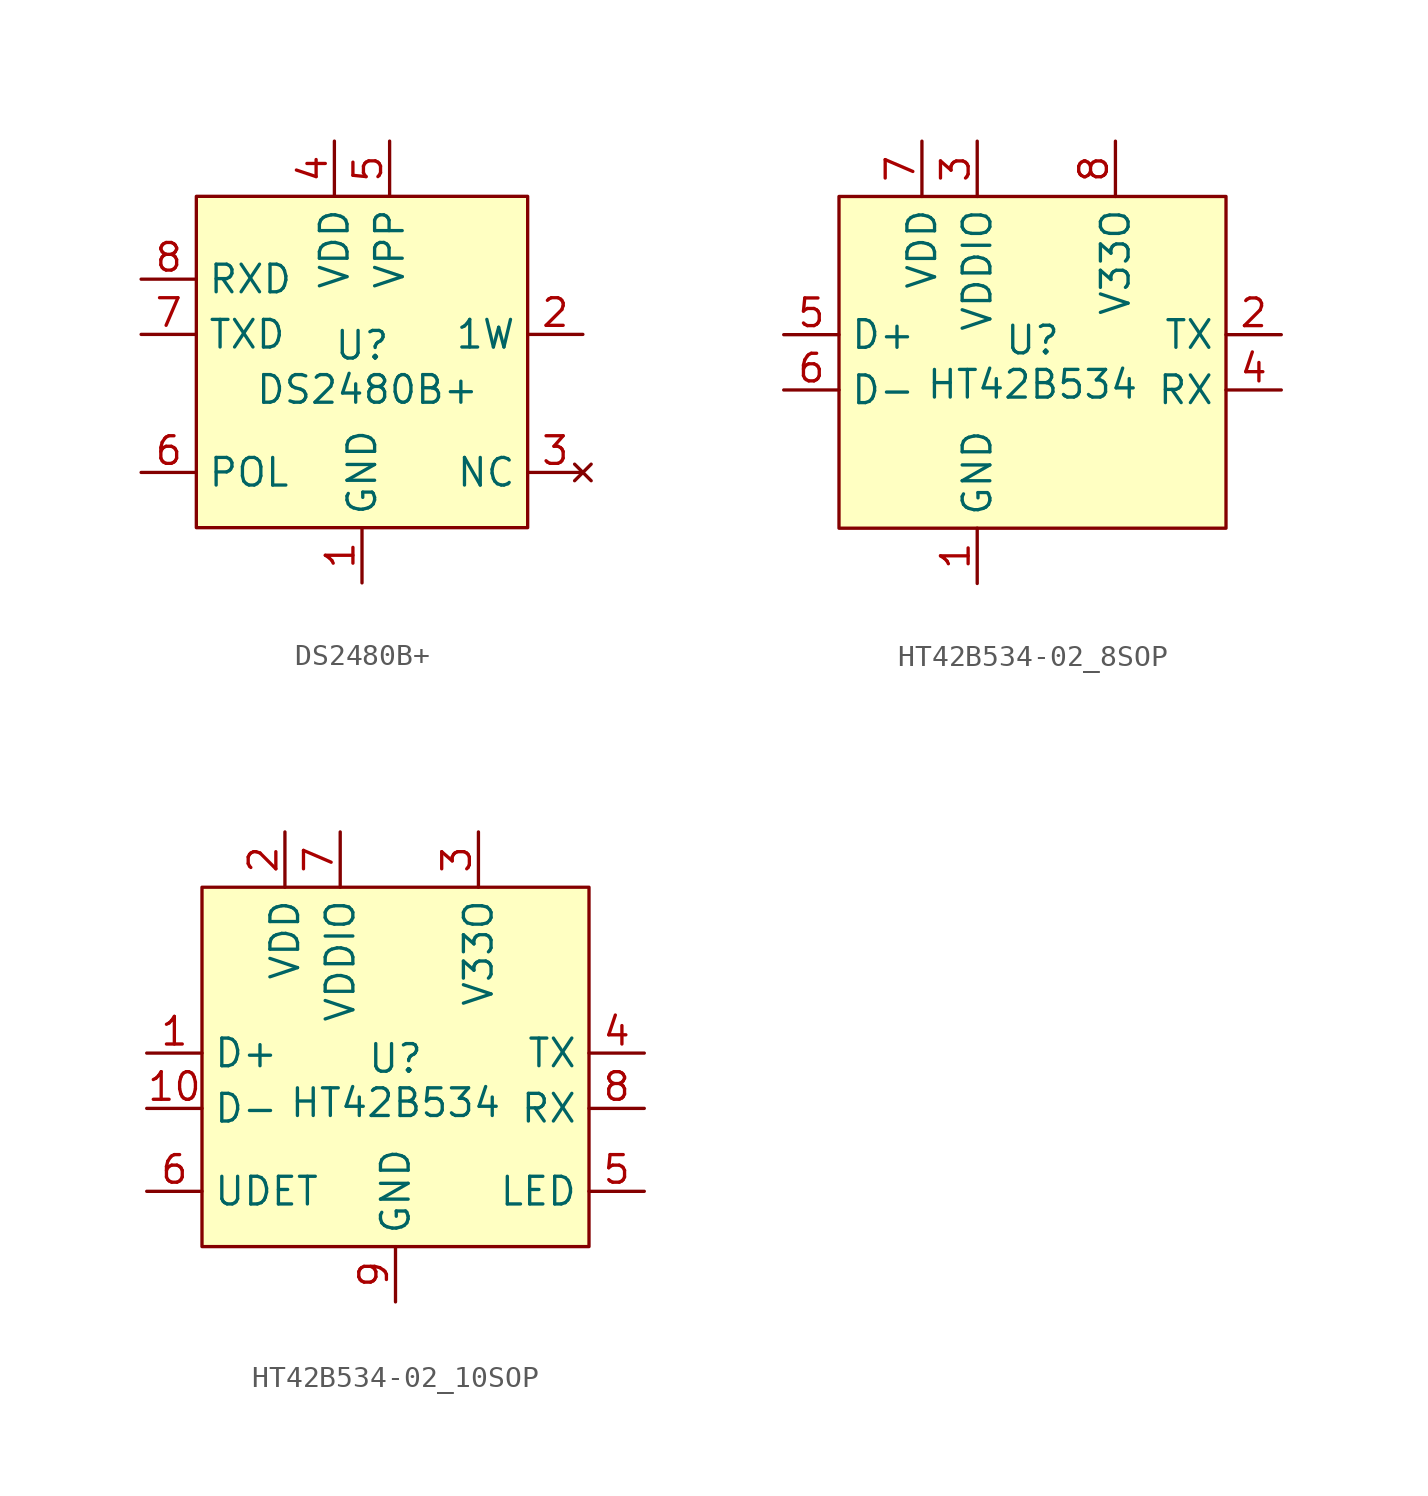
<source format=kicad_sym>
(kicad_symbol_lib
  (version 20231120)
  (generator "kicad_symbol_editor")
  (generator_version "8.0")
  (symbol "DS2480B+"
    (property "Reference" "U"
      (at 0 0.762 0)
      (effects (font (size 1.27 1.27))))
    (property "Value" "DS2480B+"
      (at 0.254 -1.27 0)
      (effects (font (size 1.27 1.27))))
    (symbol "DS2480B+_1_1"
      (rectangle (start -7.62 7.62) (end 7.62 -7.62) (stroke (width 0) (type default)) (fill (type background)))
      (pin power_in line (at 0 -10.16 90) (length 2.54) (name "GND" (effects (font (size 1.27 1.27)))) (number "1" (effects (font (size 1.27 1.27)))))
      (pin bidirectional line (at 10.16 1.27 180) (length 2.54) (name "1W" (effects (font (size 1.27 1.27)))) (number "2" (effects (font (size 1.27 1.27)))))
      (pin no_connect line (at 10.16 -5.08 180) (length 2.54) (name "NC" (effects (font (size 1.27 1.27)))) (number "3" (effects (font (size 1.27 1.27)))))
      (pin power_in line (at -1.27 10.16 270) (length 2.54) (name "VDD" (effects (font (size 1.27 1.27)))) (number "4" (effects (font (size 1.27 1.27)))))
      (pin power_in line (at 1.27 10.16 270) (length 2.54) (name "VPP" (effects (font (size 1.27 1.27)))) (number "5" (effects (font (size 1.27 1.27)))))
      (pin input line (at -10.16 -5.08 0) (length 2.54) (name "POL" (effects (font (size 1.27 1.27)))) (number "6" (effects (font (size 1.27 1.27)))))
      (pin output line (at -10.16 1.27 0) (length 2.54) (name "TXD" (effects (font (size 1.27 1.27)))) (number "7" (effects (font (size 1.27 1.27)))))
      (pin input line (at -10.16 3.81 0) (length 2.54) (name "RXD" (effects (font (size 1.27 1.27)))) (number "8" (effects (font (size 1.27 1.27)))))))
  (symbol "HT42B534-02_8SOP"
    (property "Reference" "U"
      (at 0 1.016 0)
      (effects (font (size 1.27 1.27))))
    (property "Value" "HT42B534"
      (at 0 -1.016 0)
      (effects (font (size 1.27 1.27))))
    (symbol "HT42B534-02_8SOP_1_1"
      (rectangle (start -8.89 7.62) (end 8.89 -7.62) (stroke (width 0) (type default)) (fill (type background)))
      (pin power_in line (at -2.54 -10.16 90) (length 2.54) (name "GND" (effects (font (size 1.27 1.27)))) (number "1" (effects (font (size 1.27 1.27)))))
      (pin output line (at 11.43 1.27 180) (length 2.54) (name "TX" (effects (font (size 1.27 1.27)))) (number "2" (effects (font (size 1.27 1.27)))))
      (pin power_in line (at -2.54 10.16 270) (length 2.54) (name "VDDIO" (effects (font (size 1.27 1.27)))) (number "3" (effects (font (size 1.27 1.27)))))
      (pin output line (at 11.43 -1.27 180) (length 2.54) (name "RX" (effects (font (size 1.27 1.27)))) (number "4" (effects (font (size 1.27 1.27)))))
      (pin bidirectional line (at -11.43 1.27 0) (length 2.54) (name "D+" (effects (font (size 1.27 1.27)))) (number "5" (effects (font (size 1.27 1.27)))))
      (pin bidirectional line (at -11.43 -1.27 0) (length 2.54) (name "D-" (effects (font (size 1.27 1.27)))) (number "6" (effects (font (size 1.27 1.27)))))
      (pin power_in line (at -5.08 10.16 270) (length 2.54) (name "VDD" (effects (font (size 1.27 1.27)))) (number "7" (effects (font (size 1.27 1.27)))))
      (pin power_out line (at 3.81 10.16 270) (length 2.54) (name "V33O" (effects (font (size 1.27 1.27)))) (number "8" (effects (font (size 1.27 1.27)))))))
  (symbol "HT42B534-02_10SOP"
    (property "Reference" "U"
      (at 0 1.016 0)
      (effects (font (size 1.27 1.27))))
    (property "Value" "HT42B534"
      (at 0 -1.016 0)
      (effects (font (size 1.27 1.27))))
    (symbol "HT42B534-02_10SOP_1_1"
      (rectangle (start -8.89 8.89) (end 8.89 -7.62) (stroke (width 0) (type default)) (fill (type background)))
      (pin bidirectional line (at -11.43 1.27 0) (length 2.54) (name "D+" (effects (font (size 1.27 1.27)))) (number "1" (effects (font (size 1.27 1.27)))))
      (pin bidirectional line (at -11.43 -1.27 0) (length 2.54) (name "D-" (effects (font (size 1.27 1.27)))) (number "10" (effects (font (size 1.27 1.27)))))
      (pin power_in line (at -5.08 11.43 270) (length 2.54) (name "VDD" (effects (font (size 1.27 1.27)))) (number "2" (effects (font (size 1.27 1.27)))))
      (pin power_out line (at 3.81 11.43 270) (length 2.54) (name "V33O" (effects (font (size 1.27 1.27)))) (number "3" (effects (font (size 1.27 1.27)))))
      (pin output line (at 11.43 1.27 180) (length 2.54) (name "TX" (effects (font (size 1.27 1.27)))) (number "4" (effects (font (size 1.27 1.27)))))
      (pin output line (at 11.43 -5.08 180) (length 2.54) (name "LED" (effects (font (size 1.27 1.27)))) (number "5" (effects (font (size 1.27 1.27)))))
      (pin output line (at -11.43 -5.08 0) (length 2.54) (name "UDET" (effects (font (size 1.27 1.27)))) (number "6" (effects (font (size 1.27 1.27)))))
      (pin power_in line (at -2.54 11.43 270) (length 2.54) (name "VDDIO" (effects (font (size 1.27 1.27)))) (number "7" (effects (font (size 1.27 1.27)))))
      (pin output line (at 11.43 -1.27 180) (length 2.54) (name "RX" (effects (font (size 1.27 1.27)))) (number "8" (effects (font (size 1.27 1.27)))))
      (pin power_in line (at 0 -10.16 90) (length 2.54) (name "GND" (effects (font (size 1.27 1.27)))) (number "9" (effects (font (size 1.27 1.27))))))))
</source>
